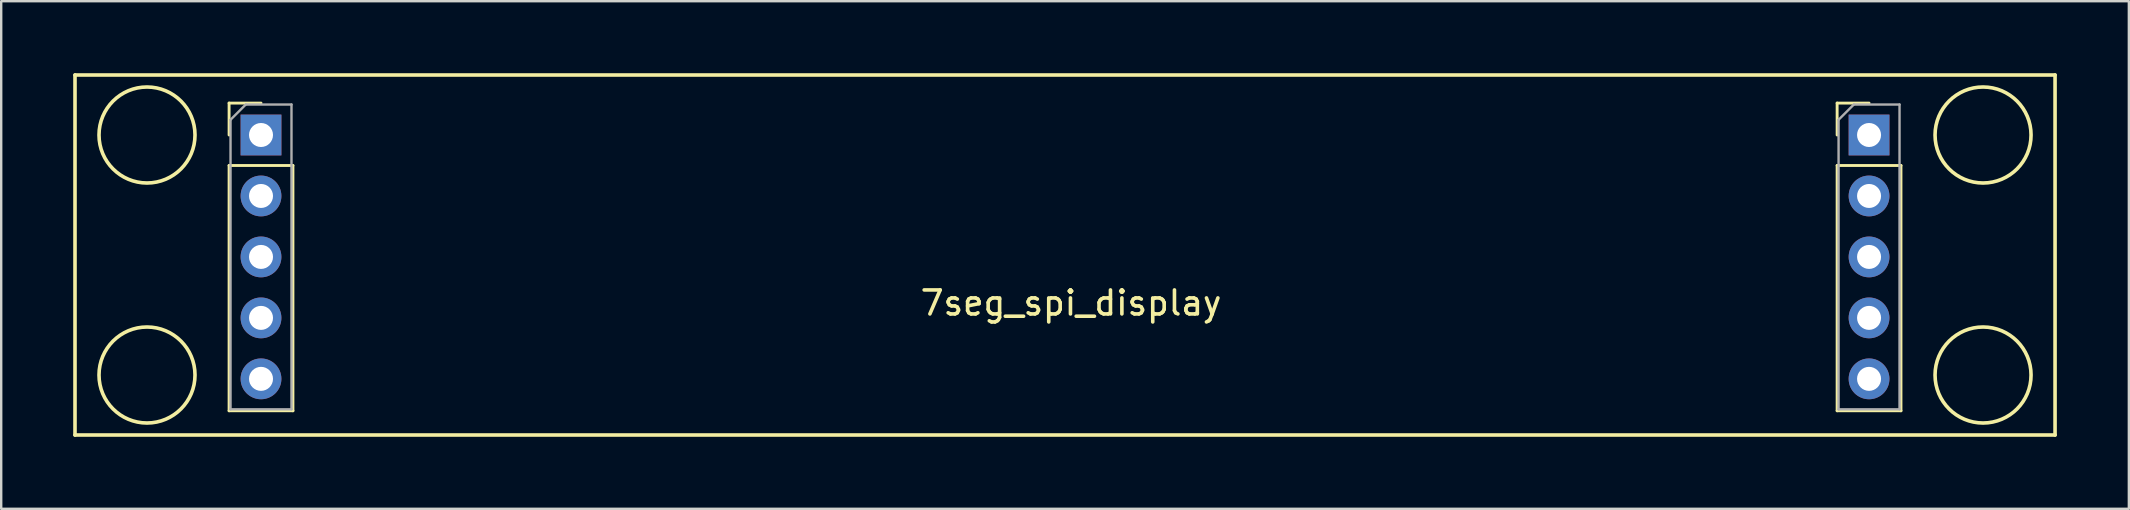
<source format=kicad_pcb>
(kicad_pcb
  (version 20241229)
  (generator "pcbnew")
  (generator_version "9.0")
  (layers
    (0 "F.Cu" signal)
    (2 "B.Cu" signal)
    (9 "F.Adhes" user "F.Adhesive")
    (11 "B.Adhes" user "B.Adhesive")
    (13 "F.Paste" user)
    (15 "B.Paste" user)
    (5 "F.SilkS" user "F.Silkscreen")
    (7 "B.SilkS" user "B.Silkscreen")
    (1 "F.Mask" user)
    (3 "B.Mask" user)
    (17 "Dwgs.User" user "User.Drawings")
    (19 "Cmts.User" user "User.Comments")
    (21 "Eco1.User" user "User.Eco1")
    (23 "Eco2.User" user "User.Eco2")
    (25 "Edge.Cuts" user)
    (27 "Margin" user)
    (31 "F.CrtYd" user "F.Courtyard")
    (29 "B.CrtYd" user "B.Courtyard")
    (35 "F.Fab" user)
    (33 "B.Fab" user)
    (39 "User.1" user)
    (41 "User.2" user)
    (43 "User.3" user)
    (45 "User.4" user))
  (footprint "7seg_spi_display"
    (layer "F.Cu")
    (at 41.325 7.575)
    (property "Reference" "7seg_spi_display" (at 0.25 2 0) (layer "F.SilkS") (effects (font (size 1 1) (thickness 0.15))))
    (attr through_hole)
    (fp_line (start -41.25 -7.5) (end -41.25 7.5) (stroke (width 0.15) (type solid)) (layer "F.SilkS"))
    (fp_line (start -41.25 7.5) (end 41.25 7.5) (stroke (width 0.15) (type solid)) (layer "F.SilkS"))
    (fp_line (start -34.83 -6.33) (end -33.5 -6.33) (stroke (width 0.12) (type solid)) (layer "F.SilkS"))
    (fp_line (start -34.83 -5) (end -34.83 -6.33) (stroke (width 0.12) (type solid)) (layer "F.SilkS"))
    (fp_line (start -34.83 -3.73) (end -34.83 6.49) (stroke (width 0.12) (type solid)) (layer "F.SilkS"))
    (fp_line (start -34.83 -3.73) (end -32.17 -3.73) (stroke (width 0.12) (type solid)) (layer "F.SilkS"))
    (fp_line (start -34.83 6.49) (end -32.17 6.49) (stroke (width 0.12) (type solid)) (layer "F.SilkS"))
    (fp_line (start -32.17 -3.73) (end -32.17 6.49) (stroke (width 0.12) (type solid)) (layer "F.SilkS"))
    (fp_line (start 32.17 -6.33) (end 33.5 -6.33) (stroke (width 0.12) (type solid)) (layer "F.SilkS"))
    (fp_line (start 32.17 -5) (end 32.17 -6.33) (stroke (width 0.12) (type solid)) (layer "F.SilkS"))
    (fp_line (start 32.17 -3.73) (end 32.17 6.49) (stroke (width 0.12) (type solid)) (layer "F.SilkS"))
    (fp_line (start 32.17 -3.73) (end 34.83 -3.73) (stroke (width 0.12) (type solid)) (layer "F.SilkS"))
    (fp_line (start 32.17 6.49) (end 34.83 6.49) (stroke (width 0.12) (type solid)) (layer "F.SilkS"))
    (fp_line (start 34.83 -3.73) (end 34.83 6.49) (stroke (width 0.12) (type solid)) (layer "F.SilkS"))
    (fp_line (start 41.25 -7.5) (end -41.25 -7.5) (stroke (width 0.15) (type solid)) (layer "F.SilkS"))
    (fp_line (start 41.25 7.5) (end 41.25 -7.5) (stroke (width 0.15) (type solid)) (layer "F.SilkS"))
    (fp_circle (center -38.25 -5) (end -36.25 -5) (stroke (width 0.15) (type solid)) (fill no) (layer "F.SilkS"))
    (fp_circle (center -38.25 5) (end -36.25 5) (stroke (width 0.15) (type solid)) (fill no) (layer "F.SilkS"))
    (fp_circle (center 38.25 -5) (end 40.25 -5) (stroke (width 0.15) (type solid)) (fill no) (layer "F.SilkS"))
    (fp_circle (center 38.25 5) (end 40.25 5) (stroke (width 0.15) (type solid)) (fill no) (layer "F.SilkS"))
    (fp_line (start -34.77 -5.635) (end -34.135 -6.27) (stroke (width 0.1) (type solid)) (layer "F.Fab"))
    (fp_line (start -34.77 6.43) (end -34.77 -5.635) (stroke (width 0.1) (type solid)) (layer "F.Fab"))
    (fp_line (start -34.135 -6.27) (end -32.23 -6.27) (stroke (width 0.1) (type solid)) (layer "F.Fab"))
    (fp_line (start -32.23 -6.27) (end -32.23 6.43) (stroke (width 0.1) (type solid)) (layer "F.Fab"))
    (fp_line (start -32.23 6.43) (end -34.77 6.43) (stroke (width 0.1) (type solid)) (layer "F.Fab"))
    (fp_line (start 32.23 -5.635) (end 32.865 -6.27) (stroke (width 0.1) (type solid)) (layer "F.Fab"))
    (fp_line (start 32.23 6.43) (end 32.23 -5.635) (stroke (width 0.1) (type solid)) (layer "F.Fab"))
    (fp_line (start 32.865 -6.27) (end 34.77 -6.27) (stroke (width 0.1) (type solid)) (layer "F.Fab"))
    (fp_line (start 34.77 -6.27) (end 34.77 6.43) (stroke (width 0.1) (type solid)) (layer "F.Fab"))
    (fp_line (start 34.77 6.43) (end 32.23 6.43) (stroke (width 0.1) (type solid)) (layer "F.Fab"))
    (pad "1" thru_hole rect (at -33.5 -5) (size 1.7 1.7) (drill 1) (layers "*.Cu" "*.Mask"))
    (pad "2" thru_hole oval (at -33.5 -2.46) (size 1.7 1.7) (drill 1) (layers "*.Cu" "*.Mask"))
    (pad "3" thru_hole oval (at -33.5 0.08) (size 1.7 1.7) (drill 1) (layers "*.Cu" "*.Mask"))
    (pad "4" thru_hole oval (at -33.5 2.62) (size 1.7 1.7) (drill 1) (layers "*.Cu" "*.Mask"))
    (pad "5" thru_hole oval (at -33.5 5.16) (size 1.7 1.7) (drill 1) (layers "*.Cu" "*.Mask"))
    (pad "6" thru_hole rect (at 33.5 -5) (size 1.7 1.7) (drill 1) (layers "*.Cu" "*.Mask"))
    (pad "7" thru_hole oval (at 33.5 -2.46) (size 1.7 1.7) (drill 1) (layers "*.Cu" "*.Mask"))
    (pad "8" thru_hole oval (at 33.5 0.08) (size 1.7 1.7) (drill 1) (layers "*.Cu" "*.Mask"))
    (pad "9" thru_hole oval (at 33.5 2.62) (size 1.7 1.7) (drill 1) (layers "*.Cu" "*.Mask"))
    (pad "10" thru_hole oval (at 33.5 5.16) (size 1.7 1.7) (drill 1) (layers "*.Cu" "*.Mask")))
  (gr_rect
    (start -3 -3)
    (end 85.65 18.15)
    (stroke (width 0.1) (type default))
    (fill no)
    (layer "Edge.Cuts")))
</source>
